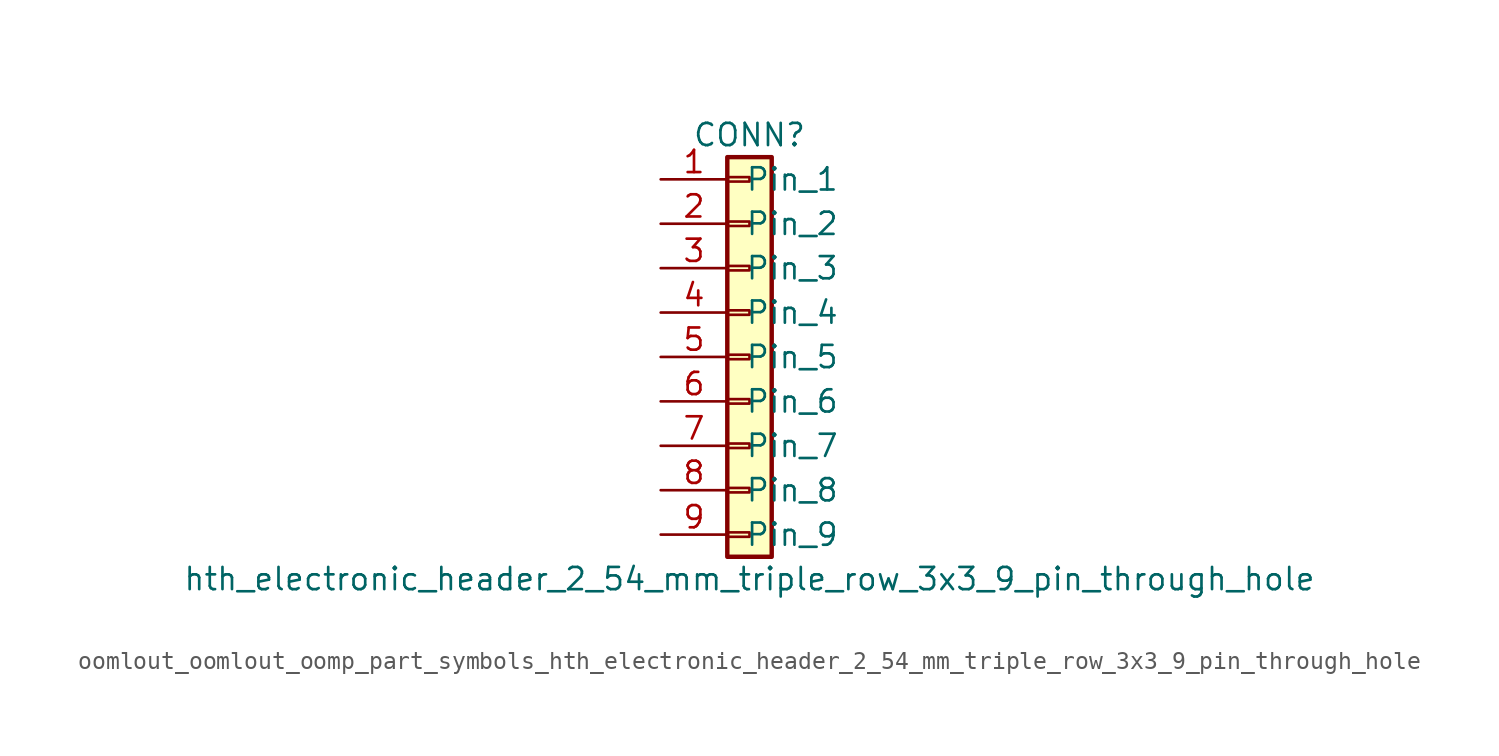
<source format=kicad_sym>
(kicad_symbol_lib
  (version 20220914)
  (generator kicad_symbol_editor)
  (symbol "oomlout_oomlout_oomp_part_symbols_hth_electronic_header_2_54_mm_triple_row_3x3_9_pin_through_hole"
    (pin_names
      (offset 1.016))
    (property "Reference" "CONN"
      (at 0 12.7 0)
      (effects (font (size 1.27 1.27))))
    (property "Value" "hth_electronic_header_2_54_mm_triple_row_3x3_9_pin_through_hole"
      (at 0 -12.7 0)
      (effects (font (size 1.27 1.27))))
    (symbol "oomlout_oomlout_oomp_part_symbols_hth_electronic_header_2_54_mm_triple_row_3x3_9_pin_through_hole_1_1"
      (rectangle (start -1.27 -10.033) (end 0 -10.287) (stroke (width 0.152) (type default)) (fill (type none)))
      (rectangle (start -1.27 -7.493) (end 0 -7.747) (stroke (width 0.152) (type default)) (fill (type none)))
      (rectangle (start -1.27 -4.953) (end 0 -5.207) (stroke (width 0.152) (type default)) (fill (type none)))
      (rectangle (start -1.27 -2.413) (end 0 -2.667) (stroke (width 0.152) (type default)) (fill (type none)))
      (rectangle (start -1.27 0.127) (end 0 -0.127) (stroke (width 0.152) (type default)) (fill (type none)))
      (rectangle (start -1.27 2.667) (end 0 2.413) (stroke (width 0.152) (type default)) (fill (type none)))
      (rectangle (start -1.27 5.207) (end 0 4.953) (stroke (width 0.152) (type default)) (fill (type none)))
      (rectangle (start -1.27 7.747) (end 0 7.493) (stroke (width 0.152) (type default)) (fill (type none)))
      (rectangle (start -1.27 10.287) (end 0 10.033) (stroke (width 0.152) (type default)) (fill (type none)))
      (rectangle (start -1.27 11.43) (end 1.27 -11.43) (stroke (width 0.254) (type default)) (fill (type background)))
      (pin passive line (at -5.08 10.16 0) (length 3.81) (name "Pin_1" (effects (font (size 1.27 1.27)))) (number "1" (effects (font (size 1.27 1.27)))))
      (pin passive line (at -5.08 7.62 0) (length 3.81) (name "Pin_2" (effects (font (size 1.27 1.27)))) (number "2" (effects (font (size 1.27 1.27)))))
      (pin passive line (at -5.08 5.08 0) (length 3.81) (name "Pin_3" (effects (font (size 1.27 1.27)))) (number "3" (effects (font (size 1.27 1.27)))))
      (pin passive line (at -5.08 2.54 0) (length 3.81) (name "Pin_4" (effects (font (size 1.27 1.27)))) (number "4" (effects (font (size 1.27 1.27)))))
      (pin passive line (at -5.08 0 0) (length 3.81) (name "Pin_5" (effects (font (size 1.27 1.27)))) (number "5" (effects (font (size 1.27 1.27)))))
      (pin passive line (at -5.08 -2.54 0) (length 3.81) (name "Pin_6" (effects (font (size 1.27 1.27)))) (number "6" (effects (font (size 1.27 1.27)))))
      (pin passive line (at -5.08 -5.08 0) (length 3.81) (name "Pin_7" (effects (font (size 1.27 1.27)))) (number "7" (effects (font (size 1.27 1.27)))))
      (pin passive line (at -5.08 -7.62 0) (length 3.81) (name "Pin_8" (effects (font (size 1.27 1.27)))) (number "8" (effects (font (size 1.27 1.27)))))
      (pin passive line (at -5.08 -10.16 0) (length 3.81) (name "Pin_9" (effects (font (size 1.27 1.27)))) (number "9" (effects (font (size 1.27 1.27))))))))
</source>
